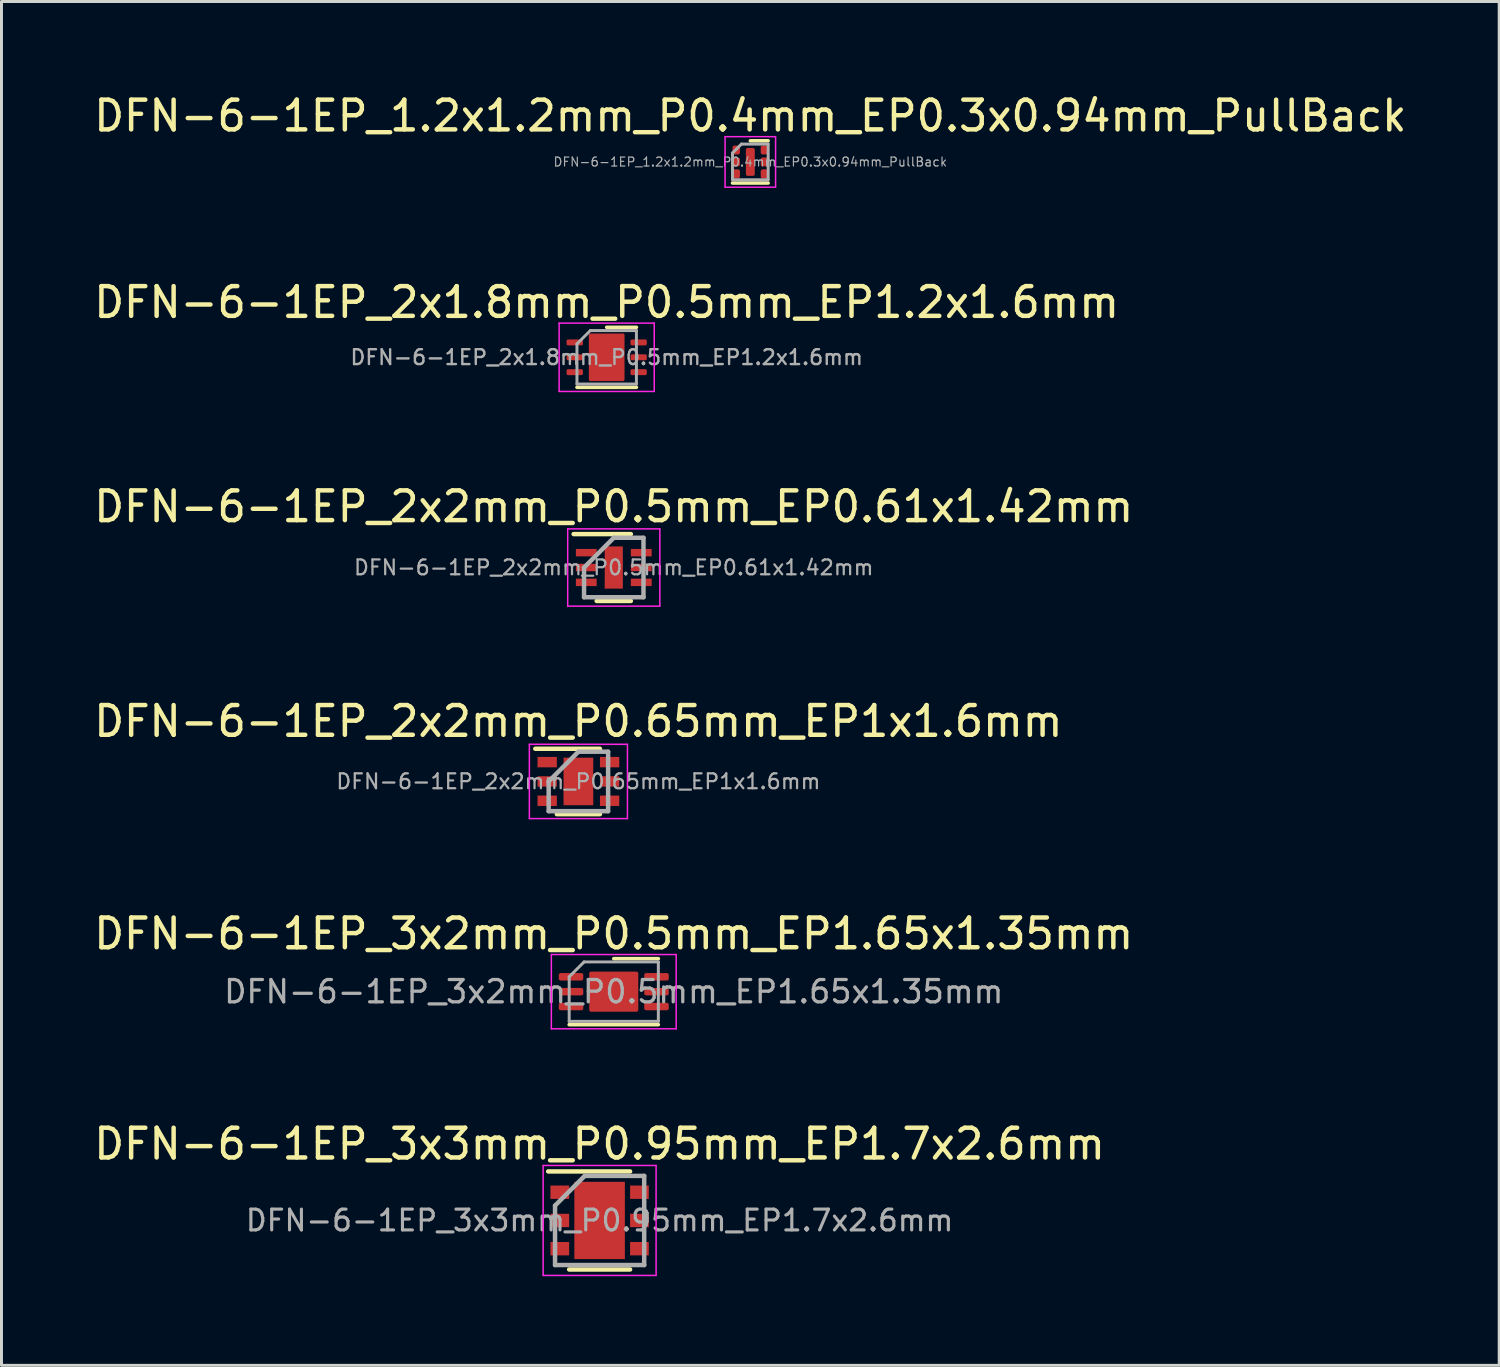
<source format=kicad_pcb>
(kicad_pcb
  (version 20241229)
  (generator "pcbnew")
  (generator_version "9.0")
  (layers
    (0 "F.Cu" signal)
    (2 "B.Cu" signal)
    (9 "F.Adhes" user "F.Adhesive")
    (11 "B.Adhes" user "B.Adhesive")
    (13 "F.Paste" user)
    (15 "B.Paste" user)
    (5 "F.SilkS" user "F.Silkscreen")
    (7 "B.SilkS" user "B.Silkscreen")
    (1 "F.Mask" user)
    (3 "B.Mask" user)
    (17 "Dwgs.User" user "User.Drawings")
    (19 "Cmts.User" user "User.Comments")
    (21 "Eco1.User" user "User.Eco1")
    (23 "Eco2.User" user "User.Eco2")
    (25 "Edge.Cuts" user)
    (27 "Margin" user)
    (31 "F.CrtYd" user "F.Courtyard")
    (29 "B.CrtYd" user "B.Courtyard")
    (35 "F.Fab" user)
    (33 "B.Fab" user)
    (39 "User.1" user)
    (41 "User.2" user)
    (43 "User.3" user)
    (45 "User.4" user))
  (footprint "DFN-6-1EP_2x1.8mm_P0.5mm_EP1.2x1.6mm"
    (layer "F.Cu")
    (at 17.363 8.972)
    (property "Reference" "DFN-6-1EP_2x1.8mm_P0.5mm_EP1.2x1.6mm" (at 0 -1.85 0) (layer "F.SilkS") (effects (font (size 1 1) (thickness 0.15))))
    (attr smd)
    (fp_line (start -1 1.01) (end 1 1.01) (stroke (width 0.12) (type solid)) (layer "F.SilkS"))
    (fp_line (start 0 -1.01) (end 1 -1.01) (stroke (width 0.12) (type solid)) (layer "F.SilkS"))
    (fp_line (start -1.6 -1.15) (end -1.6 1.15) (stroke (width 0.05) (type solid)) (layer "F.CrtYd"))
    (fp_line (start -1.6 1.15) (end 1.6 1.15) (stroke (width 0.05) (type solid)) (layer "F.CrtYd"))
    (fp_line (start 1.6 -1.15) (end -1.6 -1.15) (stroke (width 0.05) (type solid)) (layer "F.CrtYd"))
    (fp_line (start 1.6 1.15) (end 1.6 -1.15) (stroke (width 0.05) (type solid)) (layer "F.CrtYd"))
    (fp_line (start -1 -0.45) (end -0.55 -0.9) (stroke (width 0.1) (type solid)) (layer "F.Fab"))
    (fp_line (start -1 0.9) (end -1 -0.45) (stroke (width 0.1) (type solid)) (layer "F.Fab"))
    (fp_line (start -0.55 -0.9) (end 1 -0.9) (stroke (width 0.1) (type solid)) (layer "F.Fab"))
    (fp_line (start 1 -0.9) (end 1 0.9) (stroke (width 0.1) (type solid)) (layer "F.Fab"))
    (fp_line (start 1 0.9) (end -1 0.9) (stroke (width 0.1) (type solid)) (layer "F.Fab"))
    (fp_text user "${REFERENCE}" (at 0 0 0) (layer "F.Fab") (effects (font (size 0.5 0.5) (thickness 0.08))))
    (pad "" smd roundrect (at -0.3 -0.4) (size 0.48 0.64) (layers "F.Paste") (roundrect_rratio 0.25))
    (pad "" smd roundrect (at -0.3 0.4) (size 0.48 0.64) (layers "F.Paste") (roundrect_rratio 0.25))
    (pad "" smd roundrect (at 0.3 -0.4) (size 0.48 0.64) (layers "F.Paste") (roundrect_rratio 0.25))
    (pad "" smd roundrect (at 0.3 0.4) (size 0.48 0.64) (layers "F.Paste") (roundrect_rratio 0.25))
    (pad "1" smd roundrect (at -1.075 -0.5) (size 0.55 0.2) (layers "F.Cu" "F.Mask" "F.Paste") (roundrect_rratio 0.25))
    (pad "2" smd roundrect (at -1.075 0) (size 0.55 0.2) (layers "F.Cu" "F.Mask" "F.Paste") (roundrect_rratio 0.25))
    (pad "3" smd roundrect (at -1.075 0.5) (size 0.55 0.2) (layers "F.Cu" "F.Mask" "F.Paste") (roundrect_rratio 0.25))
    (pad "4" smd roundrect (at 1.075 0.5) (size 0.55 0.2) (layers "F.Cu" "F.Mask" "F.Paste") (roundrect_rratio 0.25))
    (pad "5" smd roundrect (at 1.075 0) (size 0.55 0.2) (layers "F.Cu" "F.Mask" "F.Paste") (roundrect_rratio 0.25))
    (pad "6" smd roundrect (at 1.075 -0.5) (size 0.55 0.2) (layers "F.Cu" "F.Mask" "F.Paste") (roundrect_rratio 0.25))
    (pad "7" smd roundrect (at 0 0) (size 1.2 1.6) (layers "F.Cu" "F.Mask") (roundrect_rratio 0.042)))
  (footprint "DFN-6-1EP_2x2mm_P0.65mm_EP1x1.6mm"
    (layer "F.Cu")
    (at 16.411 23.243)
    (property "Reference" "DFN-6-1EP_2x2mm_P0.65mm_EP1x1.6mm" (at 0 -2.025 0) (layer "F.SilkS") (effects (font (size 1 1) (thickness 0.15))))
    (attr smd)
    (fp_line (start -1.45 -1.1) (end 0.725 -1.1) (stroke (width 0.15) (type solid)) (layer "F.SilkS"))
    (fp_line (start -0.725 1.1) (end 0.725 1.1) (stroke (width 0.15) (type solid)) (layer "F.SilkS"))
    (fp_line (start -1.65 -1.25) (end -1.65 1.25) (stroke (width 0.05) (type solid)) (layer "F.CrtYd"))
    (fp_line (start -1.65 -1.25) (end 1.65 -1.25) (stroke (width 0.05) (type solid)) (layer "F.CrtYd"))
    (fp_line (start -1.65 1.25) (end 1.65 1.25) (stroke (width 0.05) (type solid)) (layer "F.CrtYd"))
    (fp_line (start 1.65 -1.25) (end 1.65 1.25) (stroke (width 0.05) (type solid)) (layer "F.CrtYd"))
    (fp_line (start -1 0) (end 0 -1) (stroke (width 0.15) (type solid)) (layer "F.Fab"))
    (fp_line (start -1 1) (end -1 0) (stroke (width 0.15) (type solid)) (layer "F.Fab"))
    (fp_line (start 0 -1) (end 1 -1) (stroke (width 0.15) (type solid)) (layer "F.Fab"))
    (fp_line (start 1 -1) (end 1 1) (stroke (width 0.15) (type solid)) (layer "F.Fab"))
    (fp_line (start 1 1) (end -1 1) (stroke (width 0.15) (type solid)) (layer "F.Fab"))
    (fp_text user "${REFERENCE}" (at 0 0 0) (layer "F.Fab") (effects (font (size 0.5 0.5) (thickness 0.075))))
    (pad "" smd rect (at 0 -0.4) (size 0.82 0.63) (layers "F.Paste"))
    (pad "" smd rect (at 0 0.4) (size 0.82 0.63) (layers "F.Paste"))
    (pad "1" smd rect (at -1.05 -0.65) (size 0.65 0.35) (layers "F.Cu" "F.Mask" "F.Paste"))
    (pad "2" smd rect (at -1.05 0) (size 0.65 0.35) (layers "F.Cu" "F.Mask" "F.Paste"))
    (pad "3" smd rect (at -1.05 0.65) (size 0.65 0.35) (layers "F.Cu" "F.Mask" "F.Paste"))
    (pad "4" smd rect (at 1.05 0.65) (size 0.65 0.35) (layers "F.Cu" "F.Mask" "F.Paste"))
    (pad "5" smd rect (at 1.05 0) (size 0.65 0.35) (layers "F.Cu" "F.Mask" "F.Paste"))
    (pad "6" smd rect (at 1.05 -0.65) (size 0.65 0.35) (layers "F.Cu" "F.Mask" "F.Paste"))
    (pad "7" smd rect (at 0 0) (size 1 1.6) (layers "F.Cu" "F.Mask")))
  (footprint "DFN-6-1EP_3x3mm_P0.95mm_EP1.7x2.6mm"
    (layer "F.Cu")
    (at 17.125 38.014)
    (property "Reference" "DFN-6-1EP_3x3mm_P0.95mm_EP1.7x2.6mm" (at 0 -2.575 0) (layer "F.SilkS") (effects (font (size 1 1) (thickness 0.15))))
    (attr smd)
    (fp_line (start -1.73 -1.65) (end 1.025 -1.65) (stroke (width 0.15) (type solid)) (layer "F.SilkS"))
    (fp_line (start -1.025 1.65) (end 1.025 1.65) (stroke (width 0.15) (type solid)) (layer "F.SilkS"))
    (fp_line (start -1.9 -1.85) (end -1.9 1.85) (stroke (width 0.05) (type solid)) (layer "F.CrtYd"))
    (fp_line (start -1.9 -1.85) (end 1.9 -1.85) (stroke (width 0.05) (type solid)) (layer "F.CrtYd"))
    (fp_line (start -1.9 1.85) (end 1.9 1.85) (stroke (width 0.05) (type solid)) (layer "F.CrtYd"))
    (fp_line (start 1.9 -1.85) (end 1.9 1.85) (stroke (width 0.05) (type solid)) (layer "F.CrtYd"))
    (fp_line (start -1.5 -0.5) (end -0.5 -1.5) (stroke (width 0.15) (type solid)) (layer "F.Fab"))
    (fp_line (start -1.5 1.5) (end -1.5 -0.5) (stroke (width 0.15) (type solid)) (layer "F.Fab"))
    (fp_line (start -0.5 -1.5) (end 1.5 -1.5) (stroke (width 0.15) (type solid)) (layer "F.Fab"))
    (fp_line (start 1.5 -1.5) (end 1.5 1.5) (stroke (width 0.15) (type solid)) (layer "F.Fab"))
    (fp_line (start 1.5 1.5) (end -1.5 1.5) (stroke (width 0.15) (type solid)) (layer "F.Fab"))
    (fp_text user "${REFERENCE}" (at 0 0 0) (layer "F.Fab") (effects (font (size 0.7 0.7) (thickness 0.105))))
    (pad "" smd rect (at -0.425 -0.866) (size 0.66 0.73) (layers "F.Paste"))
    (pad "" smd rect (at -0.425 0) (size 0.66 0.73) (layers "F.Paste"))
    (pad "" smd rect (at -0.425 0.866) (size 0.66 0.73) (layers "F.Paste"))
    (pad "" smd rect (at 0.425 -0.866) (size 0.66 0.73) (layers "F.Paste"))
    (pad "" smd rect (at 0.425 0) (size 0.66 0.73) (layers "F.Paste"))
    (pad "" smd rect (at 0.425 0.866) (size 0.66 0.73) (layers "F.Paste"))
    (pad "1" smd rect (at -1.34 -0.95) (size 0.63 0.45) (layers "F.Cu" "F.Mask" "F.Paste"))
    (pad "2" smd rect (at -1.34 0) (size 0.63 0.45) (layers "F.Cu" "F.Mask" "F.Paste"))
    (pad "3" smd rect (at -1.34 0.95) (size 0.63 0.45) (layers "F.Cu" "F.Mask" "F.Paste"))
    (pad "4" smd rect (at 1.34 0.95) (size 0.63 0.45) (layers "F.Cu" "F.Mask" "F.Paste"))
    (pad "5" smd rect (at 1.34 0) (size 0.63 0.45) (layers "F.Cu" "F.Mask" "F.Paste"))
    (pad "6" smd rect (at 1.34 -0.95) (size 0.63 0.45) (layers "F.Cu" "F.Mask" "F.Paste"))
    (pad "7" smd rect (at 0 0) (size 1.7 2.6) (layers "F.Cu" "F.Mask")))
  (footprint "DFN-6-1EP_3x2mm_P0.5mm_EP1.65x1.35mm"
    (layer "F.Cu")
    (at 17.601 30.316)
    (property "Reference" "DFN-6-1EP_3x2mm_P0.5mm_EP1.65x1.35mm" (at 0 -1.95 0) (layer "F.SilkS") (effects (font (size 1 1) (thickness 0.15))))
    (attr smd)
    (fp_line (start -1.5 1.11) (end 1.5 1.11) (stroke (width 0.12) (type solid)) (layer "F.SilkS"))
    (fp_line (start 0 -1.11) (end 1.5 -1.11) (stroke (width 0.12) (type solid)) (layer "F.SilkS"))
    (fp_line (start -2.1 -1.25) (end -2.1 1.25) (stroke (width 0.05) (type solid)) (layer "F.CrtYd"))
    (fp_line (start -2.1 1.25) (end 2.1 1.25) (stroke (width 0.05) (type solid)) (layer "F.CrtYd"))
    (fp_line (start 2.1 -1.25) (end -2.1 -1.25) (stroke (width 0.05) (type solid)) (layer "F.CrtYd"))
    (fp_line (start 2.1 1.25) (end 2.1 -1.25) (stroke (width 0.05) (type solid)) (layer "F.CrtYd"))
    (fp_line (start -1.5 -0.5) (end -1 -1) (stroke (width 0.1) (type solid)) (layer "F.Fab"))
    (fp_line (start -1.5 1) (end -1.5 -0.5) (stroke (width 0.1) (type solid)) (layer "F.Fab"))
    (fp_line (start -1 -1) (end 1.5 -1) (stroke (width 0.1) (type solid)) (layer "F.Fab"))
    (fp_line (start 1.5 -1) (end 1.5 1) (stroke (width 0.1) (type solid)) (layer "F.Fab"))
    (fp_line (start 1.5 1) (end -1.5 1) (stroke (width 0.1) (type solid)) (layer "F.Fab"))
    (fp_text user "${REFERENCE}" (at 0 0 0) (layer "F.Fab") (effects (font (size 0.75 0.75) (thickness 0.11))))
    (pad "" smd roundrect (at -0.41 -0.34) (size 0.67 0.54) (layers "F.Paste") (roundrect_rratio 0.25))
    (pad "" smd roundrect (at -0.41 0.34) (size 0.67 0.54) (layers "F.Paste") (roundrect_rratio 0.25))
    (pad "" smd roundrect (at 0.41 -0.34) (size 0.67 0.54) (layers "F.Paste") (roundrect_rratio 0.25))
    (pad "" smd roundrect (at 0.41 0.34) (size 0.67 0.54) (layers "F.Paste") (roundrect_rratio 0.25))
    (pad "1" smd roundrect (at -1.438 -0.5) (size 0.825 0.25) (layers "F.Cu" "F.Mask" "F.Paste") (roundrect_rratio 0.25))
    (pad "2" smd roundrect (at -1.438 0) (size 0.825 0.25) (layers "F.Cu" "F.Mask" "F.Paste") (roundrect_rratio 0.25))
    (pad "3" smd roundrect (at -1.438 0.5) (size 0.825 0.25) (layers "F.Cu" "F.Mask" "F.Paste") (roundrect_rratio 0.25))
    (pad "4" smd roundrect (at 1.438 0.5) (size 0.825 0.25) (layers "F.Cu" "F.Mask" "F.Paste") (roundrect_rratio 0.25))
    (pad "5" smd roundrect (at 1.438 0) (size 0.825 0.25) (layers "F.Cu" "F.Mask" "F.Paste") (roundrect_rratio 0.25))
    (pad "6" smd roundrect (at 1.438 -0.5) (size 0.825 0.25) (layers "F.Cu" "F.Mask" "F.Paste") (roundrect_rratio 0.25))
    (pad "7" smd roundrect (at 0 0) (size 1.65 1.35) (layers "F.Cu" "F.Mask") (roundrect_rratio 0.046)))
  (footprint "DFN-6-1EP_2x2mm_P0.5mm_EP0.61x1.42mm"
    (layer "F.Cu")
    (at 17.601 16.045)
    (property "Reference" "DFN-6-1EP_2x2mm_P0.5mm_EP0.61x1.42mm" (at 0 -2.05 0) (layer "F.SilkS") (effects (font (size 1 1) (thickness 0.15))))
    (attr smd)
    (fp_line (start -1.35 -1.125) (end 0.575 -1.125) (stroke (width 0.15) (type solid)) (layer "F.SilkS"))
    (fp_line (start -0.575 1.125) (end 0.575 1.125) (stroke (width 0.15) (type solid)) (layer "F.SilkS"))
    (fp_line (start -1.55 -1.3) (end -1.55 1.3) (stroke (width 0.05) (type solid)) (layer "F.CrtYd"))
    (fp_line (start -1.55 -1.3) (end 1.55 -1.3) (stroke (width 0.05) (type solid)) (layer "F.CrtYd"))
    (fp_line (start -1.55 1.3) (end 1.55 1.3) (stroke (width 0.05) (type solid)) (layer "F.CrtYd"))
    (fp_line (start 1.55 -1.3) (end 1.55 1.3) (stroke (width 0.05) (type solid)) (layer "F.CrtYd"))
    (fp_line (start -1 0) (end 0 -1) (stroke (width 0.15) (type solid)) (layer "F.Fab"))
    (fp_line (start -1 1) (end -1 0) (stroke (width 0.15) (type solid)) (layer "F.Fab"))
    (fp_line (start 0 -1) (end 1 -1) (stroke (width 0.15) (type solid)) (layer "F.Fab"))
    (fp_line (start 1 -1) (end 1 1) (stroke (width 0.15) (type solid)) (layer "F.Fab"))
    (fp_line (start 1 1) (end -1 1) (stroke (width 0.15) (type solid)) (layer "F.Fab"))
    (fp_text user "${REFERENCE}" (at 0 0 0) (layer "F.Fab") (effects (font (size 0.5 0.5) (thickness 0.075))))
    (pad "" smd rect (at 0 -0.355) (size 0.5 0.56) (layers "F.Paste"))
    (pad "" smd rect (at 0 0.355) (size 0.5 0.56) (layers "F.Paste"))
    (pad "1" smd rect (at -0.925 -0.5) (size 0.7 0.25) (layers "F.Cu" "F.Mask" "F.Paste"))
    (pad "2" smd rect (at -0.925 0) (size 0.7 0.25) (layers "F.Cu" "F.Mask" "F.Paste"))
    (pad "3" smd rect (at -0.925 0.5) (size 0.7 0.25) (layers "F.Cu" "F.Mask" "F.Paste"))
    (pad "4" smd rect (at 0.925 0.5) (size 0.7 0.25) (layers "F.Cu" "F.Mask" "F.Paste"))
    (pad "5" smd rect (at 0.925 0) (size 0.7 0.25) (layers "F.Cu" "F.Mask" "F.Paste"))
    (pad "6" smd rect (at 0.925 -0.5) (size 0.7 0.25) (layers "F.Cu" "F.Mask" "F.Paste"))
    (pad "7" smd rect (at 0 0) (size 0.61 1.42) (layers "F.Cu" "F.Mask")))
  (footprint "DFN-6-1EP_1.2x1.2mm_P0.4mm_EP0.3x0.94mm_PullBack"
    (layer "F.Cu")
    (at 22.196 2.398)
    (property "Reference" "DFN-6-1EP_1.2x1.2mm_P0.4mm_EP0.3x0.94mm_PullBack" (at 0 -1.55 0) (layer "F.SilkS") (effects (font (size 1 1) (thickness 0.15))))
    (attr smd)
    (fp_line (start -0.6 0.71) (end 0.6 0.71) (stroke (width 0.12) (type solid)) (layer "F.SilkS"))
    (fp_line (start 0 -0.71) (end 0.6 -0.71) (stroke (width 0.12) (type solid)) (layer "F.SilkS"))
    (fp_line (start -0.85 -0.85) (end -0.85 0.85) (stroke (width 0.05) (type solid)) (layer "F.CrtYd"))
    (fp_line (start -0.85 0.85) (end 0.85 0.85) (stroke (width 0.05) (type solid)) (layer "F.CrtYd"))
    (fp_line (start 0.85 -0.85) (end -0.85 -0.85) (stroke (width 0.05) (type solid)) (layer "F.CrtYd"))
    (fp_line (start 0.85 0.85) (end 0.85 -0.85) (stroke (width 0.05) (type solid)) (layer "F.CrtYd"))
    (fp_line (start -0.6 -0.3) (end -0.3 -0.6) (stroke (width 0.1) (type solid)) (layer "F.Fab"))
    (fp_line (start -0.6 0.6) (end -0.6 -0.3) (stroke (width 0.1) (type solid)) (layer "F.Fab"))
    (fp_line (start -0.3 -0.6) (end 0.6 -0.6) (stroke (width 0.1) (type solid)) (layer "F.Fab"))
    (fp_line (start 0.6 -0.6) (end 0.6 0.6) (stroke (width 0.1) (type solid)) (layer "F.Fab"))
    (fp_line (start 0.6 0.6) (end -0.6 0.6) (stroke (width 0.1) (type solid)) (layer "F.Fab"))
    (fp_text user "${REFERENCE}" (at 0 0 0) (layer "F.Fab") (effects (font (size 0.3 0.3) (thickness 0.04))))
    (pad "" smd roundrect (at 0 -0.235) (size 0.24 0.38) (layers "F.Paste") (roundrect_rratio 0.25))
    (pad "" smd roundrect (at 0 0.235) (size 0.24 0.38) (layers "F.Paste") (roundrect_rratio 0.25))
    (pad "1" smd roundrect (at -0.475 -0.4) (size 0.25 0.3) (layers "F.Cu" "F.Mask" "F.Paste") (roundrect_rratio 0.25))
    (pad "2" smd roundrect (at -0.475 0) (size 0.25 0.3) (layers "F.Cu" "F.Mask" "F.Paste") (roundrect_rratio 0.25))
    (pad "3" smd roundrect (at -0.475 0.4) (size 0.25 0.3) (layers "F.Cu" "F.Mask" "F.Paste") (roundrect_rratio 0.25))
    (pad "4" smd roundrect (at 0.475 0.4) (size 0.25 0.3) (layers "F.Cu" "F.Mask" "F.Paste") (roundrect_rratio 0.25))
    (pad "5" smd roundrect (at 0.475 0) (size 0.25 0.3) (layers "F.Cu" "F.Mask" "F.Paste") (roundrect_rratio 0.25))
    (pad "6" smd roundrect (at 0.475 -0.4) (size 0.25 0.3) (layers "F.Cu" "F.Mask" "F.Paste") (roundrect_rratio 0.25))
    (pad "7" smd roundrect (at 0 0) (size 0.3 0.94) (layers "F.Cu" "F.Mask") (roundrect_rratio 0.208)))
  (gr_rect
    (start -3 -3)
    (end 47.393 42.889)
    (stroke (width 0.1) (type default))
    (fill no)
    (layer "Edge.Cuts")))
</source>
